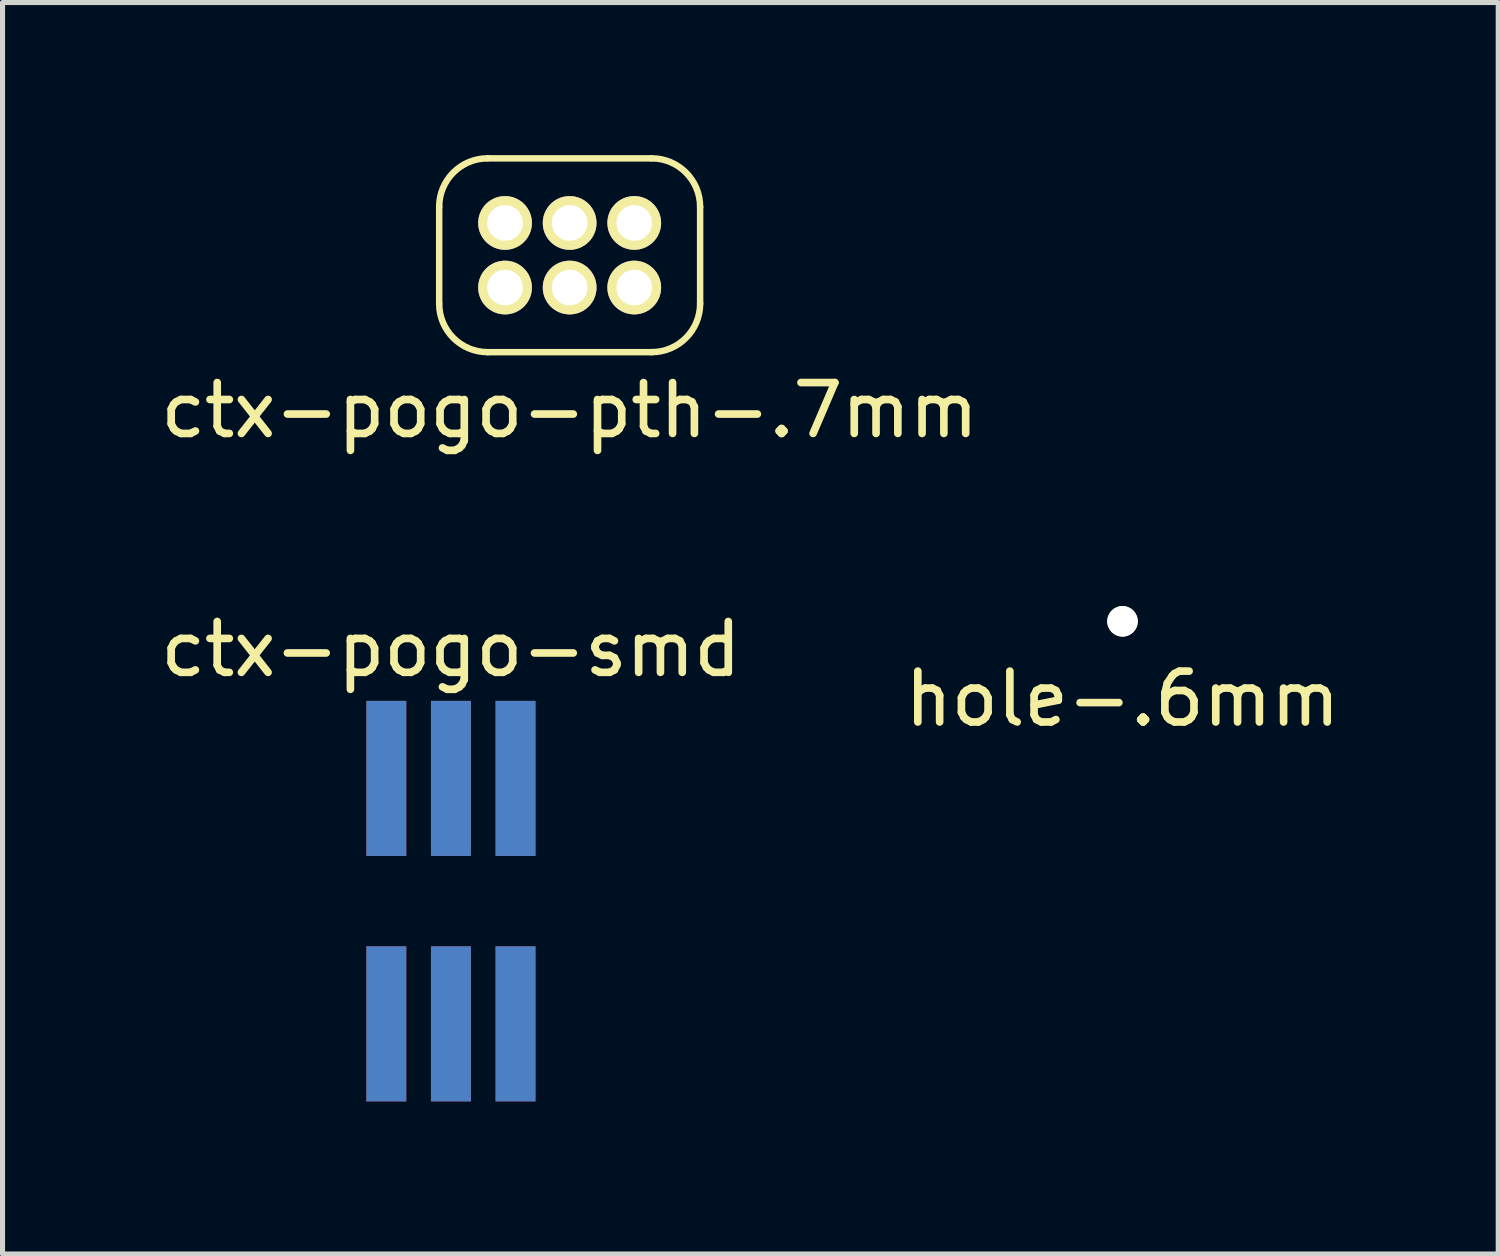
<source format=kicad_pcb>
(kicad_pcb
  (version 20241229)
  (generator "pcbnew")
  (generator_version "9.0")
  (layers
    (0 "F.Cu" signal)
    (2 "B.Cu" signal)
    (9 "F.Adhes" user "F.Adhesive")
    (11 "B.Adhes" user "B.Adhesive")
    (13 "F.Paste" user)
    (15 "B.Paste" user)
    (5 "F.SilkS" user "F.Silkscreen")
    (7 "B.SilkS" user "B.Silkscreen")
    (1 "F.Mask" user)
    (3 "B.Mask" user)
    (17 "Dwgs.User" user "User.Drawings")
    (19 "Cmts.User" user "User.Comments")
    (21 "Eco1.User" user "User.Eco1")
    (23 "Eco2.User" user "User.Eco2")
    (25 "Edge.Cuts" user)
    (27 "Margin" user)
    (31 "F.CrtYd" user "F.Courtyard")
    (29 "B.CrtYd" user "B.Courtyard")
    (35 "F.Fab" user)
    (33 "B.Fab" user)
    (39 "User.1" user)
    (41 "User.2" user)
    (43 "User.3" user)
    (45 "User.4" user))
  (footprint "hole-.6mm"
    (layer "F.Cu")
    (at 19.018 9.165)
    (property "Reference" "hole-.6mm" (at 0 1.524 0) (layer "F.SilkS") (effects (font (size 1 1) (thickness 0.15))))
    (attr through_hole)
    (pad "" np_thru_hole circle (at 0 0) (size 0.6 0.6) (drill 0.6) (layers "*.Cu" "*.Mask" "F.SilkS")))
  (footprint "ctx-pogo-smd"
    (layer "F.Cu")
    (at 5.815 14.793)
    (property "Reference" "ctx-pogo-smd" (at 0 -5.08 0) (layer "F.SilkS") (effects (font (size 1 1) (thickness 0.15))))
    (attr smd)
    (pad "1" smd rect (at -1.27 -2.54) (size 0.785 3.048) (layers "F.Cu" "F.Mask" "F.Paste"))
    (pad "1" smd rect (at -1.27 2.286) (size 0.785 3.048) (layers "F.Cu" "F.Mask" "F.Paste"))
    (pad "2" smd rect (at -1.27 -2.54) (size 0.785 3.048) (layers "F.Mask" "B.Cu" "F.Paste"))
    (pad "2" smd rect (at -1.27 2.286) (size 0.785 3.048) (layers "F.Mask" "B.Cu" "F.Paste"))
    (pad "3" smd rect (at 0 -2.54) (size 0.785 3.048) (layers "F.Cu" "F.Mask" "F.Paste"))
    (pad "3" smd rect (at 0 2.286) (size 0.785 3.048) (layers "F.Cu" "F.Mask" "F.Paste"))
    (pad "4" smd rect (at 0 -2.54) (size 0.785 3.048) (layers "F.Mask" "B.Cu" "F.Paste"))
    (pad "4" smd rect (at 0 2.286) (size 0.785 3.048) (layers "F.Mask" "B.Cu" "F.Paste"))
    (pad "5" smd rect (at 1.27 -2.54) (size 0.785 3.048) (layers "F.Cu" "F.Mask" "F.Paste"))
    (pad "5" smd rect (at 1.27 2.286) (size 0.785 3.048) (layers "F.Cu" "F.Mask" "F.Paste"))
    (pad "6" smd rect (at 1.27 -2.54) (size 0.785 3.048) (layers "F.Mask" "B.Cu" "F.Paste"))
    (pad "6" smd rect (at 1.27 2.286) (size 0.785 3.048) (layers "F.Mask" "B.Cu" "F.Paste")))
  (footprint "ctx-pogo-pth-.7mm"
    (layer "F.Cu")
    (at 8.149 1.968)
    (property "Reference" "ctx-pogo-pth-.7mm" (at 0 3.048 0) (layer "F.SilkS") (effects (font (size 1 1) (thickness 0.15))))
    (attr through_hole)
    (fp_line (start -2.565 0.953) (end -2.565 -0.953) (stroke (width 0.127) (type solid)) (layer "F.SilkS"))
    (fp_line (start 1.613 -1.905) (end -1.613 -1.905) (stroke (width 0.127) (type solid)) (layer "F.SilkS"))
    (fp_line (start 1.613 1.905) (end -1.613 1.905) (stroke (width 0.127) (type solid)) (layer "F.SilkS"))
    (fp_line (start 2.565 -0.953) (end 2.565 0.953) (stroke (width 0.127) (type solid)) (layer "F.SilkS"))
    (fp_arc (start -2.565 -0.9525) (mid -2.286019 -1.626019) (end -1.6125 -1.905) (stroke (width 0.127) (type solid)) (layer "F.SilkS"))
    (fp_arc (start -1.6125 1.905) (mid -2.286019 1.626019) (end -2.565 0.9525) (stroke (width 0.127) (type solid)) (layer "F.SilkS"))
    (fp_arc (start 1.6125 -1.905) (mid 2.286019 -1.626019) (end 2.565 -0.9525) (stroke (width 0.127) (type solid)) (layer "F.SilkS"))
    (fp_arc (start 2.565 0.9525) (mid 2.286019 1.626019) (end 1.6125 1.905) (stroke (width 0.127) (type solid)) (layer "F.SilkS"))
    (pad "1" thru_hole circle (at -1.27 0.635) (size 1.056 1.056) (drill 0.7) (layers "*.Cu" "*.Mask" "F.SilkS"))
    (pad "2" thru_hole circle (at -1.27 -0.635) (size 1.056 1.056) (drill 0.7) (layers "*.Cu" "*.Mask" "F.SilkS"))
    (pad "3" thru_hole circle (at 0 0.635) (size 1.056 1.056) (drill 0.7) (layers "*.Cu" "*.Mask" "F.SilkS"))
    (pad "4" thru_hole circle (at 0 -0.635) (size 1.056 1.056) (drill 0.7) (layers "*.Cu" "*.Mask" "F.SilkS"))
    (pad "5" thru_hole circle (at 1.27 0.635) (size 1.056 1.056) (drill 0.7) (layers "*.Cu" "*.Mask" "F.SilkS"))
    (pad "6" thru_hole circle (at 1.27 -0.635) (size 1.056 1.056) (drill 0.7) (layers "*.Cu" "*.Mask" "F.SilkS")))
  (gr_rect
    (start -3 -3)
    (end 26.405 21.603)
    (stroke (width 0.1) (type default))
    (fill no)
    (layer "Edge.Cuts")))
</source>
